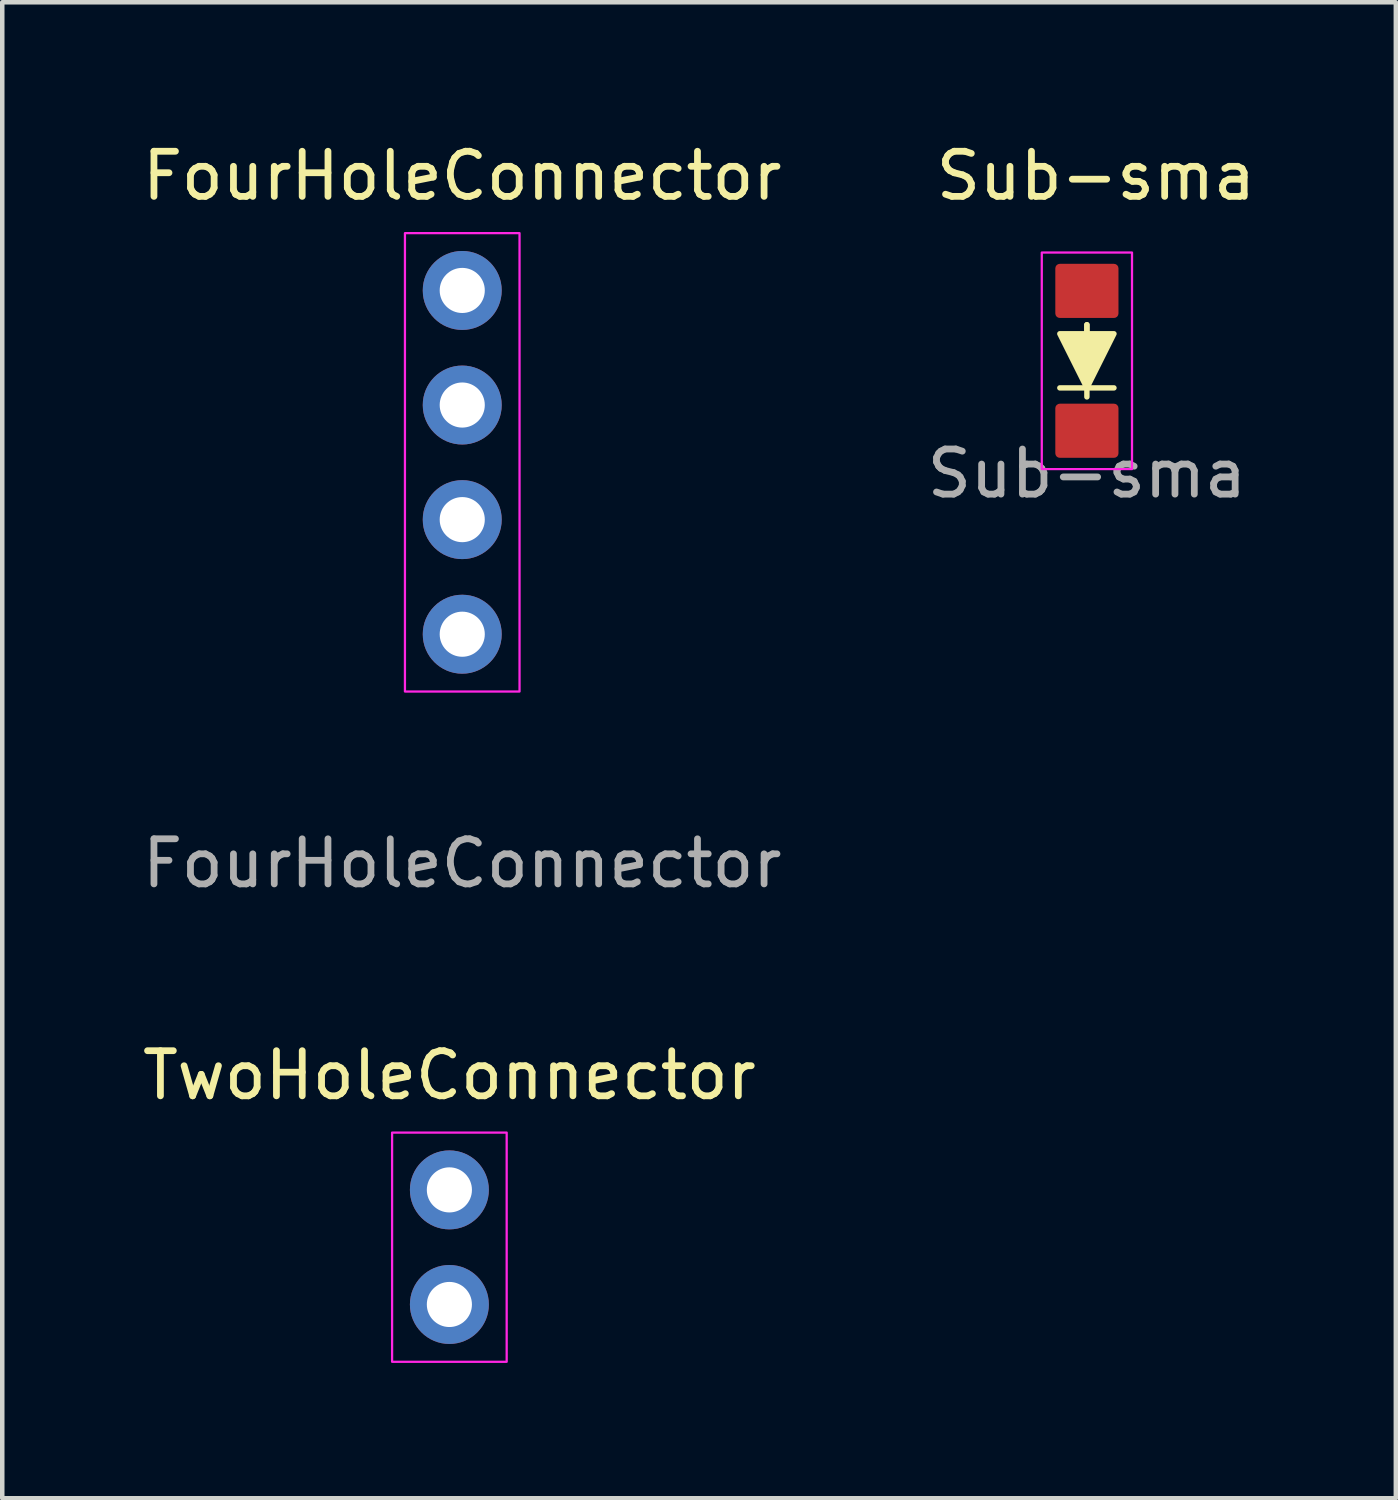
<source format=kicad_pcb>
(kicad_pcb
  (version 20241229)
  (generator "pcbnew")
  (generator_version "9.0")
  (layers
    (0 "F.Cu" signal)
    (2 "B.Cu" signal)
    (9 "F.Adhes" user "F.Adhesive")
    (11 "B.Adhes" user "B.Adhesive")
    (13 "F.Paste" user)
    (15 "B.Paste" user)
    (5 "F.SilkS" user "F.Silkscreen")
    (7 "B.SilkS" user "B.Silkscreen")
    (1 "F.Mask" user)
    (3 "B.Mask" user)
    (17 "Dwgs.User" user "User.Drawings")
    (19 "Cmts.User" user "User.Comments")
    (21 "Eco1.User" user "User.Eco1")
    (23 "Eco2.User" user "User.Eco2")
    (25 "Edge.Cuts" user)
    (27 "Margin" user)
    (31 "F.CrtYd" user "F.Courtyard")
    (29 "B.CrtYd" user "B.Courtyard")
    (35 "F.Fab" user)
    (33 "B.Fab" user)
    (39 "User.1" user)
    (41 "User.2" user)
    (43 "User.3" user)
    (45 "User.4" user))
  (footprint "TwoHoleConnector"
    (layer "F.Cu")
    (at 6.911 24.595)
    (property "Reference" "TwoHoleConnector" (at 0 -3.81 0) (unlocked yes) (layer "F.SilkS") (effects (font (size 1 1) (thickness 0.15))))
    (attr through_hole)
    (fp_rect (start -1.27 -2.54) (end 1.27 2.54) (stroke (width 0.05) (type solid)) (fill no) (layer "F.CrtYd"))
    (pad "1" thru_hole circle (at 0 1.27) (size 1.75 1.75) (drill 1) (layers "*.Cu" "*.Mask"))
    (pad "2" thru_hole circle (at 0 -1.27) (size 1.75 1.75) (drill 1) (layers "*.Cu" "*.Mask")))
  (footprint "FourHoleConnector"
    (layer "F.Cu")
    (at 7.196 7.198)
    (property "Reference" "FourHoleConnector" (at 0 -6.35 0) (unlocked yes) (layer "F.SilkS") (effects (font (size 1 1) (thickness 0.15))))
    (attr through_hole)
    (fp_rect (start -1.27 -5.08) (end 1.27 5.08) (stroke (width 0.05) (type solid)) (fill no) (layer "F.CrtYd"))
    (fp_text user "${REFERENCE}" (at 0 8.89 0) (unlocked yes) (layer "F.Fab") (effects (font (size 1 1) (thickness 0.15))))
    (pad "1" thru_hole circle (at 0 3.81) (size 1.75 1.75) (drill 1) (layers "*.Cu" "*.Mask"))
    (pad "2" thru_hole circle (at 0 1.27) (size 1.75 1.75) (drill 1) (layers "*.Cu" "*.Mask"))
    (pad "3" thru_hole circle (at 0 -1.27) (size 1.75 1.75) (drill 1) (layers "*.Cu" "*.Mask"))
    (pad "4" thru_hole circle (at 0 -3.81) (size 1.75 1.75) (drill 1) (layers "*.Cu" "*.Mask")))
  (footprint "Sub-sma"
    (layer "F.Cu")
    (at 21.042 4.948)
    (property "Reference" "Sub-sma" (at 0.2 -4.1 0) (unlocked yes) (layer "F.SilkS") (effects (font (size 1 1) (thickness 0.15))))
    (attr smd)
    (fp_line (start -0.6 0.6) (end 0.6 0.6) (stroke (width 0.12) (type solid)) (layer "F.SilkS"))
    (fp_line (start 0 -0.8) (end 0 0.8) (stroke (width 0.12) (type solid)) (layer "F.SilkS"))
    (fp_line (start 0 -0.6) (end 0 -0.8) (stroke (width 0.12) (type solid)) (layer "F.SilkS"))
    (fp_poly (pts (xy 0.6 -0.6) (xy -0.6 -0.6) (xy 0 0.6)) (stroke (width 0.12) (type solid)) (fill yes) (layer "F.SilkS"))
    (fp_rect (start -1 -2.4) (end 1 2.4) (stroke (width 0.05) (type solid)) (fill no) (layer "F.CrtYd"))
    (fp_text user "${REFERENCE}" (at 0 2.5 0) (unlocked yes) (layer "F.Fab") (effects (font (size 1 1) (thickness 0.15))))
    (pad "1" smd roundrect (at 0 1.55) (size 1.4 1.2) (layers "F.Cu" "F.Mask" "F.Paste") (roundrect_rratio 0.083))
    (pad "2" smd roundrect (at 0 -1.55) (size 1.4 1.2) (layers "F.Cu" "F.Mask" "F.Paste") (roundrect_rratio 0.083)))
  (gr_rect
    (start -3 -3)
    (end 27.89 30.16)
    (stroke (width 0.1) (type default))
    (fill no)
    (layer "Edge.Cuts")))
</source>
